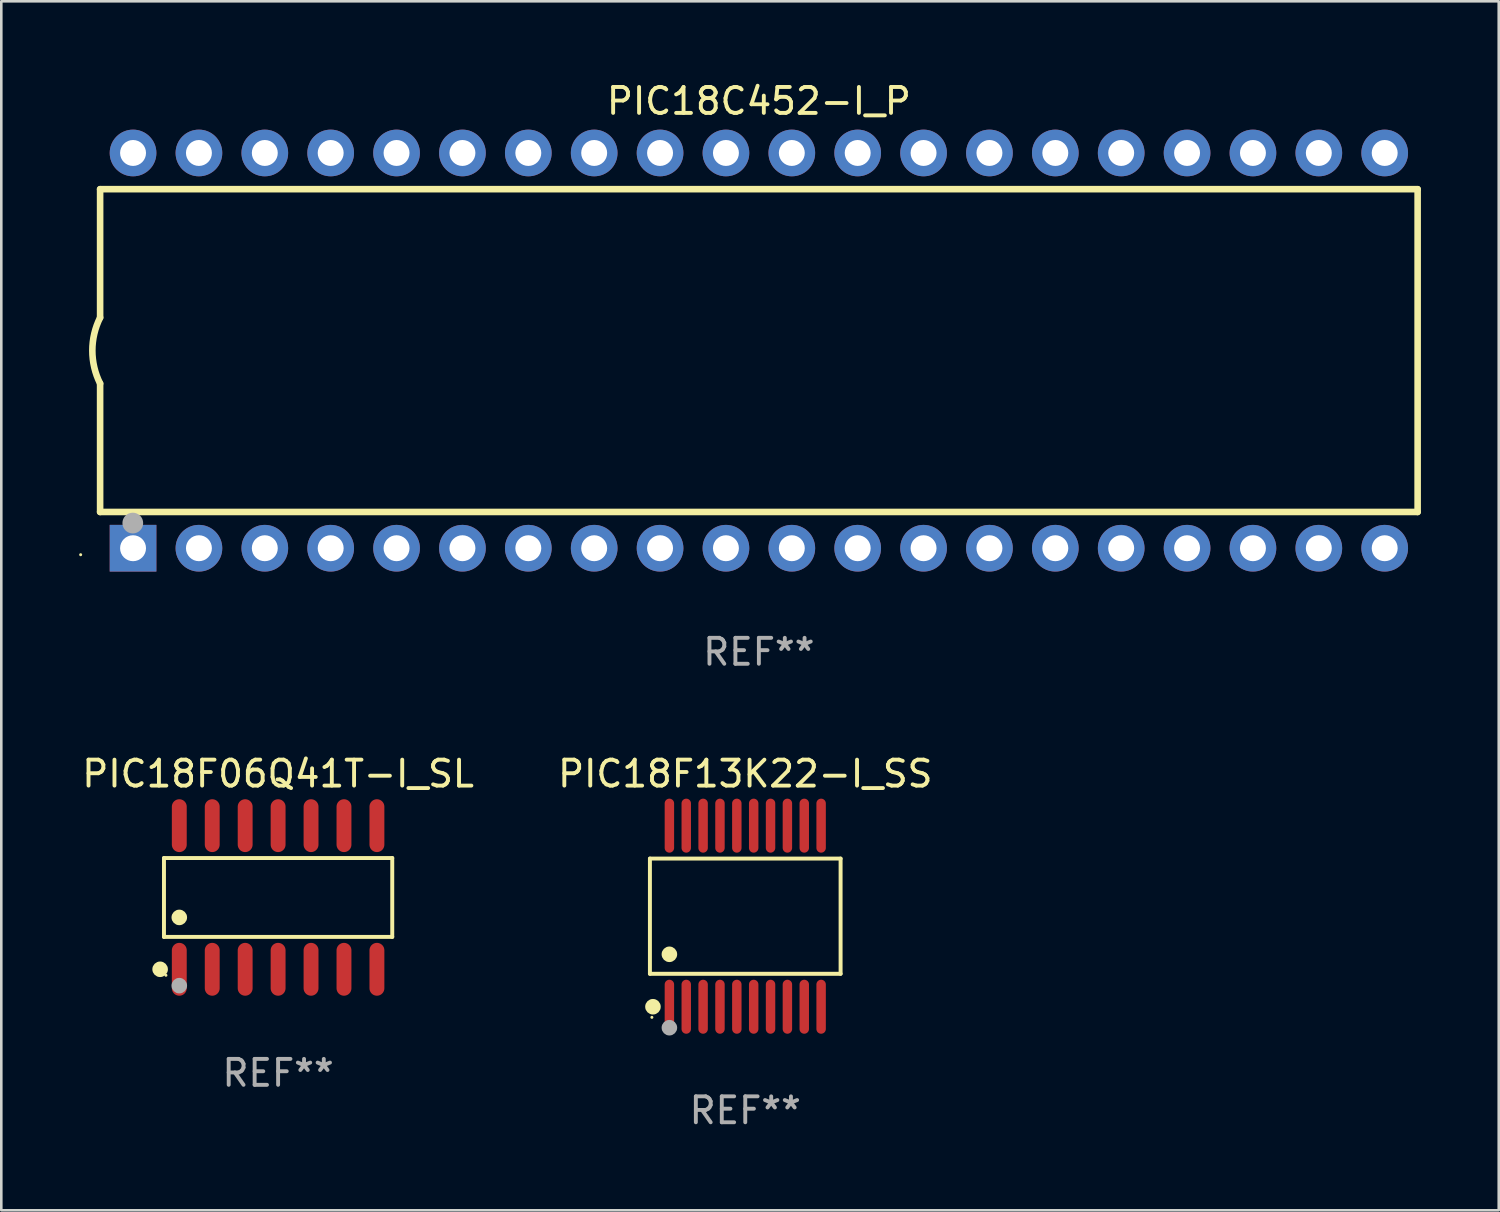
<source format=kicad_pcb>
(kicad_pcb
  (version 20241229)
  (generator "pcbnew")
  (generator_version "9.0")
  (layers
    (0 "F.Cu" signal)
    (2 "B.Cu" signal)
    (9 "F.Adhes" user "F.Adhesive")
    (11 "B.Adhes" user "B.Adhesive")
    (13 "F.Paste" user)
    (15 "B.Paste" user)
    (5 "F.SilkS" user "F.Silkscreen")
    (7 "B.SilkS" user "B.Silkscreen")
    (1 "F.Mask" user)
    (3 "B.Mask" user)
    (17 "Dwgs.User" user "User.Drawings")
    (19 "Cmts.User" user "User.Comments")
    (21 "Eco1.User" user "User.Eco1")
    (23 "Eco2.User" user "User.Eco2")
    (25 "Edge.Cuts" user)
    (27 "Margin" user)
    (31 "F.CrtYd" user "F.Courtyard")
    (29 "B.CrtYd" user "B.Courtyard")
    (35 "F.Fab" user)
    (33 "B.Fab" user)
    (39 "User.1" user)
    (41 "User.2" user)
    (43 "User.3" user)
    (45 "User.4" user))
  (footprint "PIC18F13K22-I_SS"
    (layer "F.Cu")
    (at 25.685 32.276)
    (property "Reference" "PIC18F13K22-I_SS" (at 0 -5.491 0) (layer "F.SilkS") (effects (font (size 1 1) (thickness 0.15))))
    (attr through_hole)
    (fp_line (start -3.676 -2.221) (end 3.676 -2.221) (stroke (width 0.152) (type solid)) (layer "F.SilkS"))
    (fp_line (start -3.676 2.221) (end -3.676 -2.221) (stroke (width 0.152) (type solid)) (layer "F.SilkS"))
    (fp_line (start 3.676 -2.221) (end 3.676 2.221) (stroke (width 0.152) (type solid)) (layer "F.SilkS"))
    (fp_line (start 3.676 2.221) (end -3.676 2.221) (stroke (width 0.152) (type solid)) (layer "F.SilkS"))
    (fp_circle (center -3.6 3.9) (end -3.57 3.9) (stroke (width 0.06) (type solid)) (fill no) (layer "F.SilkS"))
    (fp_circle (center -3.559 3.491) (end -3.409 3.491) (stroke (width 0.3) (type solid)) (fill no) (layer "F.SilkS"))
    (fp_circle (center -2.925 1.469) (end -2.775 1.469) (stroke (width 0.3) (type solid)) (fill no) (layer "F.SilkS"))
    (fp_circle (center -2.925 4.3) (end -2.775 4.3) (stroke (width 0.3) (type solid)) (fill no) (layer "F.Fab"))
    (fp_text user "REF**" (at 0 7.491 0) (layer "F.Fab") (effects (font (size 1 1) (thickness 0.15))))
    (pad "1" smd oval (at -2.925 3.491) (size 0.364 2.082) (layers "F.Cu" "F.Mask" "F.Paste"))
    (pad "2" smd oval (at -2.275 3.491) (size 0.364 2.082) (layers "F.Cu" "F.Mask" "F.Paste"))
    (pad "3" smd oval (at -1.625 3.491) (size 0.364 2.082) (layers "F.Cu" "F.Mask" "F.Paste"))
    (pad "4" smd oval (at -0.975 3.491) (size 0.364 2.082) (layers "F.Cu" "F.Mask" "F.Paste"))
    (pad "5" smd oval (at -0.325 3.491) (size 0.364 2.082) (layers "F.Cu" "F.Mask" "F.Paste"))
    (pad "6" smd oval (at 0.325 3.491) (size 0.364 2.082) (layers "F.Cu" "F.Mask" "F.Paste"))
    (pad "7" smd oval (at 0.975 3.491) (size 0.364 2.082) (layers "F.Cu" "F.Mask" "F.Paste"))
    (pad "8" smd oval (at 1.625 3.491) (size 0.364 2.082) (layers "F.Cu" "F.Mask" "F.Paste"))
    (pad "9" smd oval (at 2.275 3.491) (size 0.364 2.082) (layers "F.Cu" "F.Mask" "F.Paste"))
    (pad "10" smd oval (at 2.925 3.491) (size 0.364 2.082) (layers "F.Cu" "F.Mask" "F.Paste"))
    (pad "11" smd oval (at 2.925 -3.491) (size 0.364 2.082) (layers "F.Cu" "F.Mask" "F.Paste"))
    (pad "12" smd oval (at 2.275 -3.491) (size 0.364 2.082) (layers "F.Cu" "F.Mask" "F.Paste"))
    (pad "13" smd oval (at 1.625 -3.491) (size 0.364 2.082) (layers "F.Cu" "F.Mask" "F.Paste"))
    (pad "14" smd oval (at 0.975 -3.491) (size 0.364 2.082) (layers "F.Cu" "F.Mask" "F.Paste"))
    (pad "15" smd oval (at 0.325 -3.491) (size 0.364 2.082) (layers "F.Cu" "F.Mask" "F.Paste"))
    (pad "16" smd oval (at -0.325 -3.491) (size 0.364 2.082) (layers "F.Cu" "F.Mask" "F.Paste"))
    (pad "17" smd oval (at -0.975 -3.491) (size 0.364 2.082) (layers "F.Cu" "F.Mask" "F.Paste"))
    (pad "18" smd oval (at -1.625 -3.491) (size 0.364 2.082) (layers "F.Cu" "F.Mask" "F.Paste"))
    (pad "19" smd oval (at -2.275 -3.491) (size 0.364 2.082) (layers "F.Cu" "F.Mask" "F.Paste"))
    (pad "20" smd oval (at -2.925 -3.491) (size 0.364 2.082) (layers "F.Cu" "F.Mask" "F.Paste")))
  (footprint "PIC18F06Q41T-I_SL"
    (layer "F.Cu")
    (at 7.673 31.554)
    (property "Reference" "PIC18F06Q41T-I_SL" (at 0 -4.769 0) (layer "F.SilkS") (effects (font (size 1 1) (thickness 0.15))))
    (attr through_hole)
    (fp_line (start -4.401 -1.521) (end 4.401 -1.521) (stroke (width 0.152) (type solid)) (layer "F.SilkS"))
    (fp_line (start -4.401 1.521) (end -4.401 -1.521) (stroke (width 0.152) (type solid)) (layer "F.SilkS"))
    (fp_line (start 4.401 -1.521) (end 4.401 1.521) (stroke (width 0.152) (type solid)) (layer "F.SilkS"))
    (fp_line (start 4.401 1.521) (end -4.401 1.521) (stroke (width 0.152) (type solid)) (layer "F.SilkS"))
    (fp_circle (center -4.549 2.769) (end -4.399 2.769) (stroke (width 0.3) (type solid)) (fill no) (layer "F.SilkS"))
    (fp_circle (center -4.325 3) (end -4.295 3) (stroke (width 0.06) (type solid)) (fill no) (layer "F.SilkS"))
    (fp_circle (center -3.81 0.769) (end -3.66 0.769) (stroke (width 0.3) (type solid)) (fill no) (layer "F.SilkS"))
    (fp_circle (center -3.81 3.4) (end -3.66 3.4) (stroke (width 0.3) (type solid)) (fill no) (layer "F.Fab"))
    (fp_text user "REF**" (at 0 6.769 0) (layer "F.Fab") (effects (font (size 1 1) (thickness 0.15))))
    (pad "1" smd oval (at -3.81 2.769) (size 0.574 2.038) (layers "F.Cu" "F.Mask" "F.Paste"))
    (pad "2" smd oval (at -2.54 2.769) (size 0.574 2.038) (layers "F.Cu" "F.Mask" "F.Paste"))
    (pad "3" smd oval (at -1.27 2.769) (size 0.574 2.038) (layers "F.Cu" "F.Mask" "F.Paste"))
    (pad "4" smd oval (at 0 2.769) (size 0.574 2.038) (layers "F.Cu" "F.Mask" "F.Paste"))
    (pad "5" smd oval (at 1.27 2.769) (size 0.574 2.038) (layers "F.Cu" "F.Mask" "F.Paste"))
    (pad "6" smd oval (at 2.54 2.769) (size 0.574 2.038) (layers "F.Cu" "F.Mask" "F.Paste"))
    (pad "7" smd oval (at 3.81 2.769) (size 0.574 2.038) (layers "F.Cu" "F.Mask" "F.Paste"))
    (pad "8" smd oval (at 3.81 -2.769) (size 0.574 2.038) (layers "F.Cu" "F.Mask" "F.Paste"))
    (pad "9" smd oval (at 2.54 -2.769) (size 0.574 2.038) (layers "F.Cu" "F.Mask" "F.Paste"))
    (pad "10" smd oval (at 1.27 -2.769) (size 0.574 2.038) (layers "F.Cu" "F.Mask" "F.Paste"))
    (pad "11" smd oval (at 0 -2.769) (size 0.574 2.038) (layers "F.Cu" "F.Mask" "F.Paste"))
    (pad "12" smd oval (at -1.27 -2.769) (size 0.574 2.038) (layers "F.Cu" "F.Mask" "F.Paste"))
    (pad "13" smd oval (at -2.54 -2.769) (size 0.574 2.038) (layers "F.Cu" "F.Mask" "F.Paste"))
    (pad "14" smd oval (at -3.81 -2.769) (size 0.574 2.038) (layers "F.Cu" "F.Mask" "F.Paste")))
  (footprint "PIC18C452-I_P"
    (layer "F.Cu")
    (at 26.21 10.468)
    (property "Reference" "PIC18C452-I_P" (at 0 -9.62 0) (layer "F.SilkS") (effects (font (size 1 1) (thickness 0.15))))
    (attr through_hole)
    (fp_line (start -25.4 -6.224) (end -25.4 -1.271) (stroke (width 0.254) (type solid)) (layer "F.SilkS"))
    (fp_line (start -25.4 -6.224) (end 25.4 -6.224) (stroke (width 0.254) (type solid)) (layer "F.SilkS"))
    (fp_line (start -25.4 1.269) (end -25.4 6.222) (stroke (width 0.254) (type solid)) (layer "F.SilkS"))
    (fp_line (start -25.4 6.222) (end 25.4 6.222) (stroke (width 0.254) (type solid)) (layer "F.SilkS"))
    (fp_line (start 25.4 6.222) (end 25.4 -6.224) (stroke (width 0.254) (type solid)) (layer "F.SilkS"))
    (fp_arc (start -25.4 1.269241) (mid -25.699807 -0.000762) (end -25.4 -1.270765) (stroke (width 0.254001) (type solid)) (layer "F.SilkS"))
    (fp_circle (center -26.15 7.87) (end -26.12 7.87) (stroke (width 0.06) (type solid)) (fill no) (layer "F.SilkS"))
    (fp_circle (center -24.14 6.65) (end -23.94 6.65) (stroke (width 0.4) (type solid)) (fill no) (layer "F.Fab"))
    (fp_text user "REF**" (at 0 11.62 0) (layer "F.Fab") (effects (font (size 1 1) (thickness 0.15))))
    (pad "1" thru_hole rect (at -24.13 7.62 90) (size 1.8 1.8) (drill 1) (layers "*.Cu" "*.Mask"))
    (pad "2" thru_hole circle (at -21.59 7.62) (size 1.8 1.8) (drill 1) (layers "*.Cu" "*.Mask"))
    (pad "3" thru_hole circle (at -19.05 7.62) (size 1.8 1.8) (drill 1) (layers "*.Cu" "*.Mask"))
    (pad "4" thru_hole circle (at -16.51 7.62) (size 1.8 1.8) (drill 1) (layers "*.Cu" "*.Mask"))
    (pad "5" thru_hole circle (at -13.97 7.62) (size 1.8 1.8) (drill 1) (layers "*.Cu" "*.Mask"))
    (pad "6" thru_hole circle (at -11.43 7.62) (size 1.8 1.8) (drill 1) (layers "*.Cu" "*.Mask"))
    (pad "7" thru_hole circle (at -8.89 7.62) (size 1.8 1.8) (drill 1) (layers "*.Cu" "*.Mask"))
    (pad "8" thru_hole circle (at -6.35 7.62) (size 1.8 1.8) (drill 1) (layers "*.Cu" "*.Mask"))
    (pad "9" thru_hole circle (at -3.81 7.62) (size 1.8 1.8) (drill 1) (layers "*.Cu" "*.Mask"))
    (pad "10" thru_hole circle (at -1.27 7.62) (size 1.8 1.8) (drill 1) (layers "*.Cu" "*.Mask"))
    (pad "11" thru_hole circle (at 1.27 7.62) (size 1.8 1.8) (drill 1) (layers "*.Cu" "*.Mask"))
    (pad "12" thru_hole circle (at 3.81 7.62) (size 1.8 1.8) (drill 1) (layers "*.Cu" "*.Mask"))
    (pad "13" thru_hole circle (at 6.35 7.62) (size 1.8 1.8) (drill 1) (layers "*.Cu" "*.Mask"))
    (pad "14" thru_hole circle (at 8.89 7.62) (size 1.8 1.8) (drill 1) (layers "*.Cu" "*.Mask"))
    (pad "15" thru_hole circle (at 11.43 7.62) (size 1.8 1.8) (drill 1) (layers "*.Cu" "*.Mask"))
    (pad "16" thru_hole circle (at 13.97 7.62) (size 1.8 1.8) (drill 1) (layers "*.Cu" "*.Mask"))
    (pad "17" thru_hole circle (at 16.51 7.62) (size 1.8 1.8) (drill 1) (layers "*.Cu" "*.Mask"))
    (pad "18" thru_hole circle (at 19.05 7.62) (size 1.8 1.8) (drill 1) (layers "*.Cu" "*.Mask"))
    (pad "19" thru_hole circle (at 21.59 7.62) (size 1.8 1.8) (drill 1) (layers "*.Cu" "*.Mask"))
    (pad "20" thru_hole circle (at 24.13 7.62) (size 1.8 1.8) (drill 1) (layers "*.Cu" "*.Mask"))
    (pad "21" thru_hole circle (at 24.13 -7.62) (size 1.8 1.8) (drill 1) (layers "*.Cu" "*.Mask"))
    (pad "22" thru_hole circle (at 21.59 -7.62) (size 1.8 1.8) (drill 1) (layers "*.Cu" "*.Mask"))
    (pad "23" thru_hole circle (at 19.05 -7.62) (size 1.8 1.8) (drill 1) (layers "*.Cu" "*.Mask"))
    (pad "24" thru_hole circle (at 16.51 -7.62) (size 1.8 1.8) (drill 1) (layers "*.Cu" "*.Mask"))
    (pad "25" thru_hole circle (at 13.97 -7.62) (size 1.8 1.8) (drill 1) (layers "*.Cu" "*.Mask"))
    (pad "26" thru_hole circle (at 11.43 -7.62) (size 1.8 1.8) (drill 1) (layers "*.Cu" "*.Mask"))
    (pad "27" thru_hole circle (at 8.89 -7.62) (size 1.8 1.8) (drill 1) (layers "*.Cu" "*.Mask"))
    (pad "28" thru_hole circle (at 6.35 -7.62) (size 1.8 1.8) (drill 1) (layers "*.Cu" "*.Mask"))
    (pad "29" thru_hole circle (at 3.81 -7.62) (size 1.8 1.8) (drill 1) (layers "*.Cu" "*.Mask"))
    (pad "30" thru_hole circle (at 1.27 -7.62) (size 1.8 1.8) (drill 1) (layers "*.Cu" "*.Mask"))
    (pad "31" thru_hole circle (at -1.27 -7.62) (size 1.8 1.8) (drill 1) (layers "*.Cu" "*.Mask"))
    (pad "32" thru_hole circle (at -3.81 -7.62) (size 1.8 1.8) (drill 1) (layers "*.Cu" "*.Mask"))
    (pad "33" thru_hole circle (at -6.35 -7.62) (size 1.8 1.8) (drill 1) (layers "*.Cu" "*.Mask"))
    (pad "34" thru_hole circle (at -8.89 -7.62) (size 1.8 1.8) (drill 1) (layers "*.Cu" "*.Mask"))
    (pad "35" thru_hole circle (at -11.43 -7.62) (size 1.8 1.8) (drill 1) (layers "*.Cu" "*.Mask"))
    (pad "36" thru_hole circle (at -13.97 -7.62) (size 1.8 1.8) (drill 1) (layers "*.Cu" "*.Mask"))
    (pad "37" thru_hole circle (at -16.51 -7.62) (size 1.8 1.8) (drill 1) (layers "*.Cu" "*.Mask"))
    (pad "38" thru_hole circle (at -19.05 -7.62) (size 1.8 1.8) (drill 1) (layers "*.Cu" "*.Mask"))
    (pad "39" thru_hole circle (at -21.59 -7.62) (size 1.8 1.8) (drill 1) (layers "*.Cu" "*.Mask"))
    (pad "40" thru_hole circle (at -24.13 -7.62) (size 1.8 1.8) (drill 1) (layers "*.Cu" "*.Mask")))
  (gr_rect
    (start -3 -3)
    (end 54.737 43.615)
    (stroke (width 0.1) (type default))
    (fill no)
    (layer "Edge.Cuts")))
</source>
